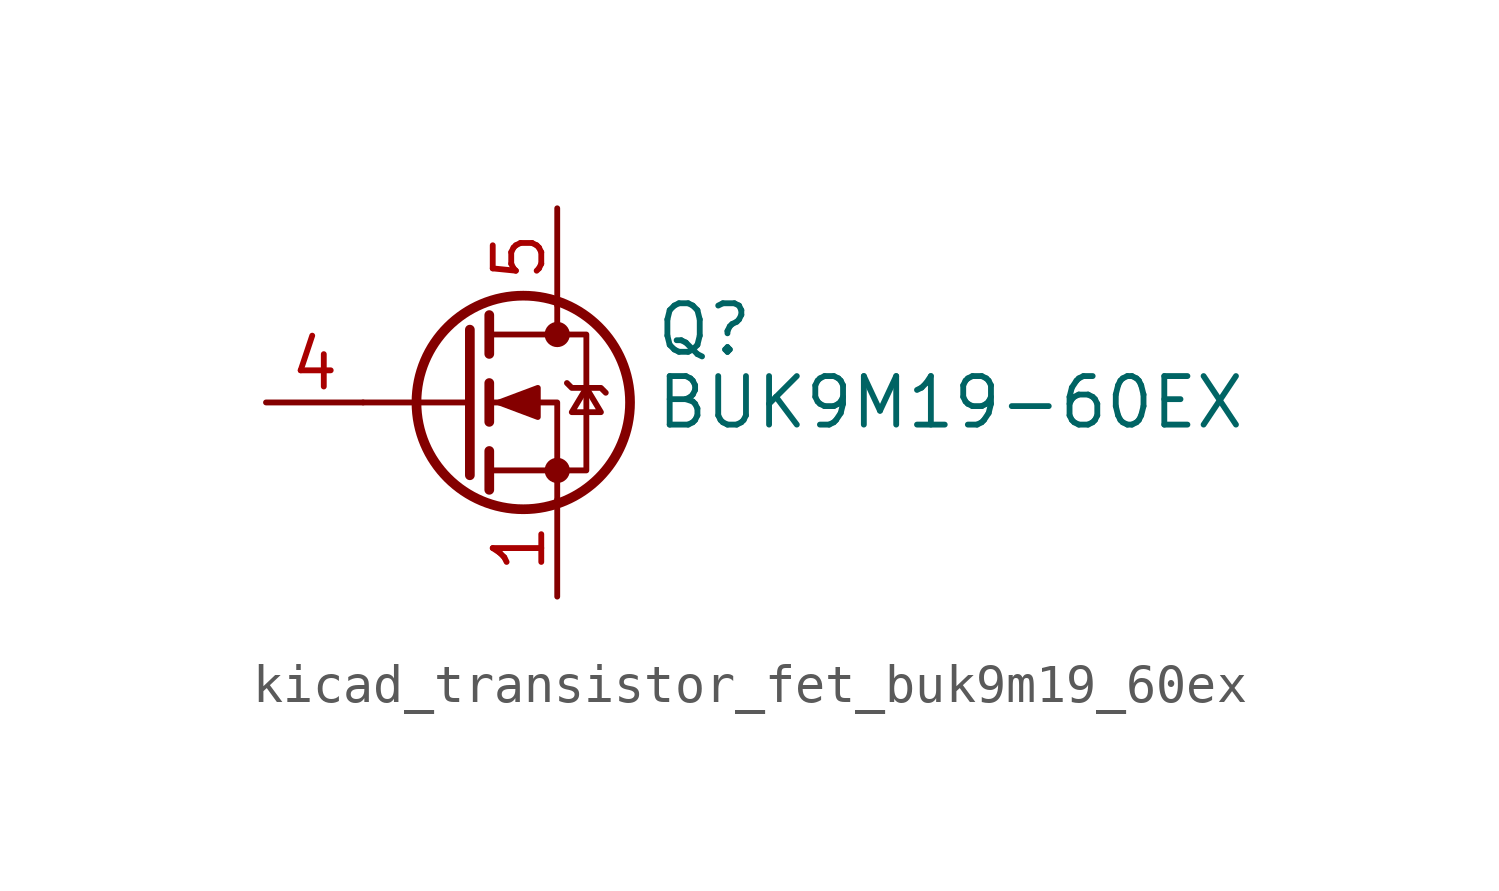
<source format=kicad_sym>
(kicad_symbol_lib
  (version 20220914)
  (generator kicad_symbol_editor)
  (symbol "kicad_transistor_fet_buk9m19_60ex"
    (pin_names hide)
    (property "Reference" "Q"
      (at 5.08 1.905 0)
      (effects (font (size 1.27 1.27)) (justify left)))
    (property "Value" "BUK9M19-60EX"
      (at 5.08 0 0)
      (effects (font (size 1.27 1.27)) (justify left)))
    (symbol "kicad_transistor_fet_buk9m19_60ex_0_1"
      (polyline (pts (xy 0.254 0) (xy -2.54 0)) (stroke (width 0) (type default)) (fill (type none)))
      (polyline (pts (xy 0.254 1.905) (xy 0.254 -1.905)) (stroke (width 0.254) (type default)) (fill (type none)))
      (polyline (pts (xy 0.762 -1.27) (xy 0.762 -2.286)) (stroke (width 0.254) (type default)) (fill (type none)))
      (polyline (pts (xy 0.762 0.508) (xy 0.762 -0.508)) (stroke (width 0.254) (type default)) (fill (type none)))
      (polyline (pts (xy 0.762 2.286) (xy 0.762 1.27)) (stroke (width 0.254) (type default)) (fill (type none)))
      (polyline (pts (xy 2.54 2.54) (xy 2.54 1.778)) (stroke (width 0) (type default)) (fill (type none)))
      (polyline (pts (xy 2.54 -2.54) (xy 2.54 0) (xy 0.762 0)) (stroke (width 0) (type default)) (fill (type none)))
      (polyline (pts (xy 0.762 -1.778) (xy 3.302 -1.778) (xy 3.302 1.778) (xy 0.762 1.778)) (stroke (width 0) (type default)) (fill (type none)))
      (polyline (pts (xy 1.016 0) (xy 2.032 0.381) (xy 2.032 -0.381) (xy 1.016 0)) (stroke (width 0) (type default)) (fill (type outline)))
      (polyline (pts (xy 2.794 0.508) (xy 2.921 0.381) (xy 3.683 0.381) (xy 3.81 0.254)) (stroke (width 0) (type default)) (fill (type none)))
      (polyline (pts (xy 3.302 0.381) (xy 2.921 -0.254) (xy 3.683 -0.254) (xy 3.302 0.381)) (stroke (width 0) (type default)) (fill (type none)))
      (circle (center 1.651 0) (radius 2.794) (stroke (width 0.254) (type default)) (fill (type none)))
      (circle (center 2.54 -1.778) (radius 0.254) (stroke (width 0) (type default)) (fill (type outline)))
      (circle (center 2.54 1.778) (radius 0.254) (stroke (width 0) (type default)) (fill (type outline))))
    (symbol "kicad_transistor_fet_buk9m19_60ex_1_1"
      (pin passive line (at 2.54 -5.08 90) (length 2.54) (name "S" (effects (font (size 1.27 1.27)))) (number "1" (effects (font (size 1.27 1.27)))))
      (pin passive line (at 2.54 -5.08 90) (length 2.54) hide (name "S" (effects (font (size 1.27 1.27)))) (number "2" (effects (font (size 1.27 1.27)))))
      (pin passive line (at 2.54 -5.08 90) (length 2.54) hide (name "S" (effects (font (size 1.27 1.27)))) (number "3" (effects (font (size 1.27 1.27)))))
      (pin passive line (at -5.08 0 0) (length 2.54) (name "G" (effects (font (size 1.27 1.27)))) (number "4" (effects (font (size 1.27 1.27)))))
      (pin passive line (at 2.54 5.08 270) (length 2.54) (name "D" (effects (font (size 1.27 1.27)))) (number "5" (effects (font (size 1.27 1.27))))))))
</source>
